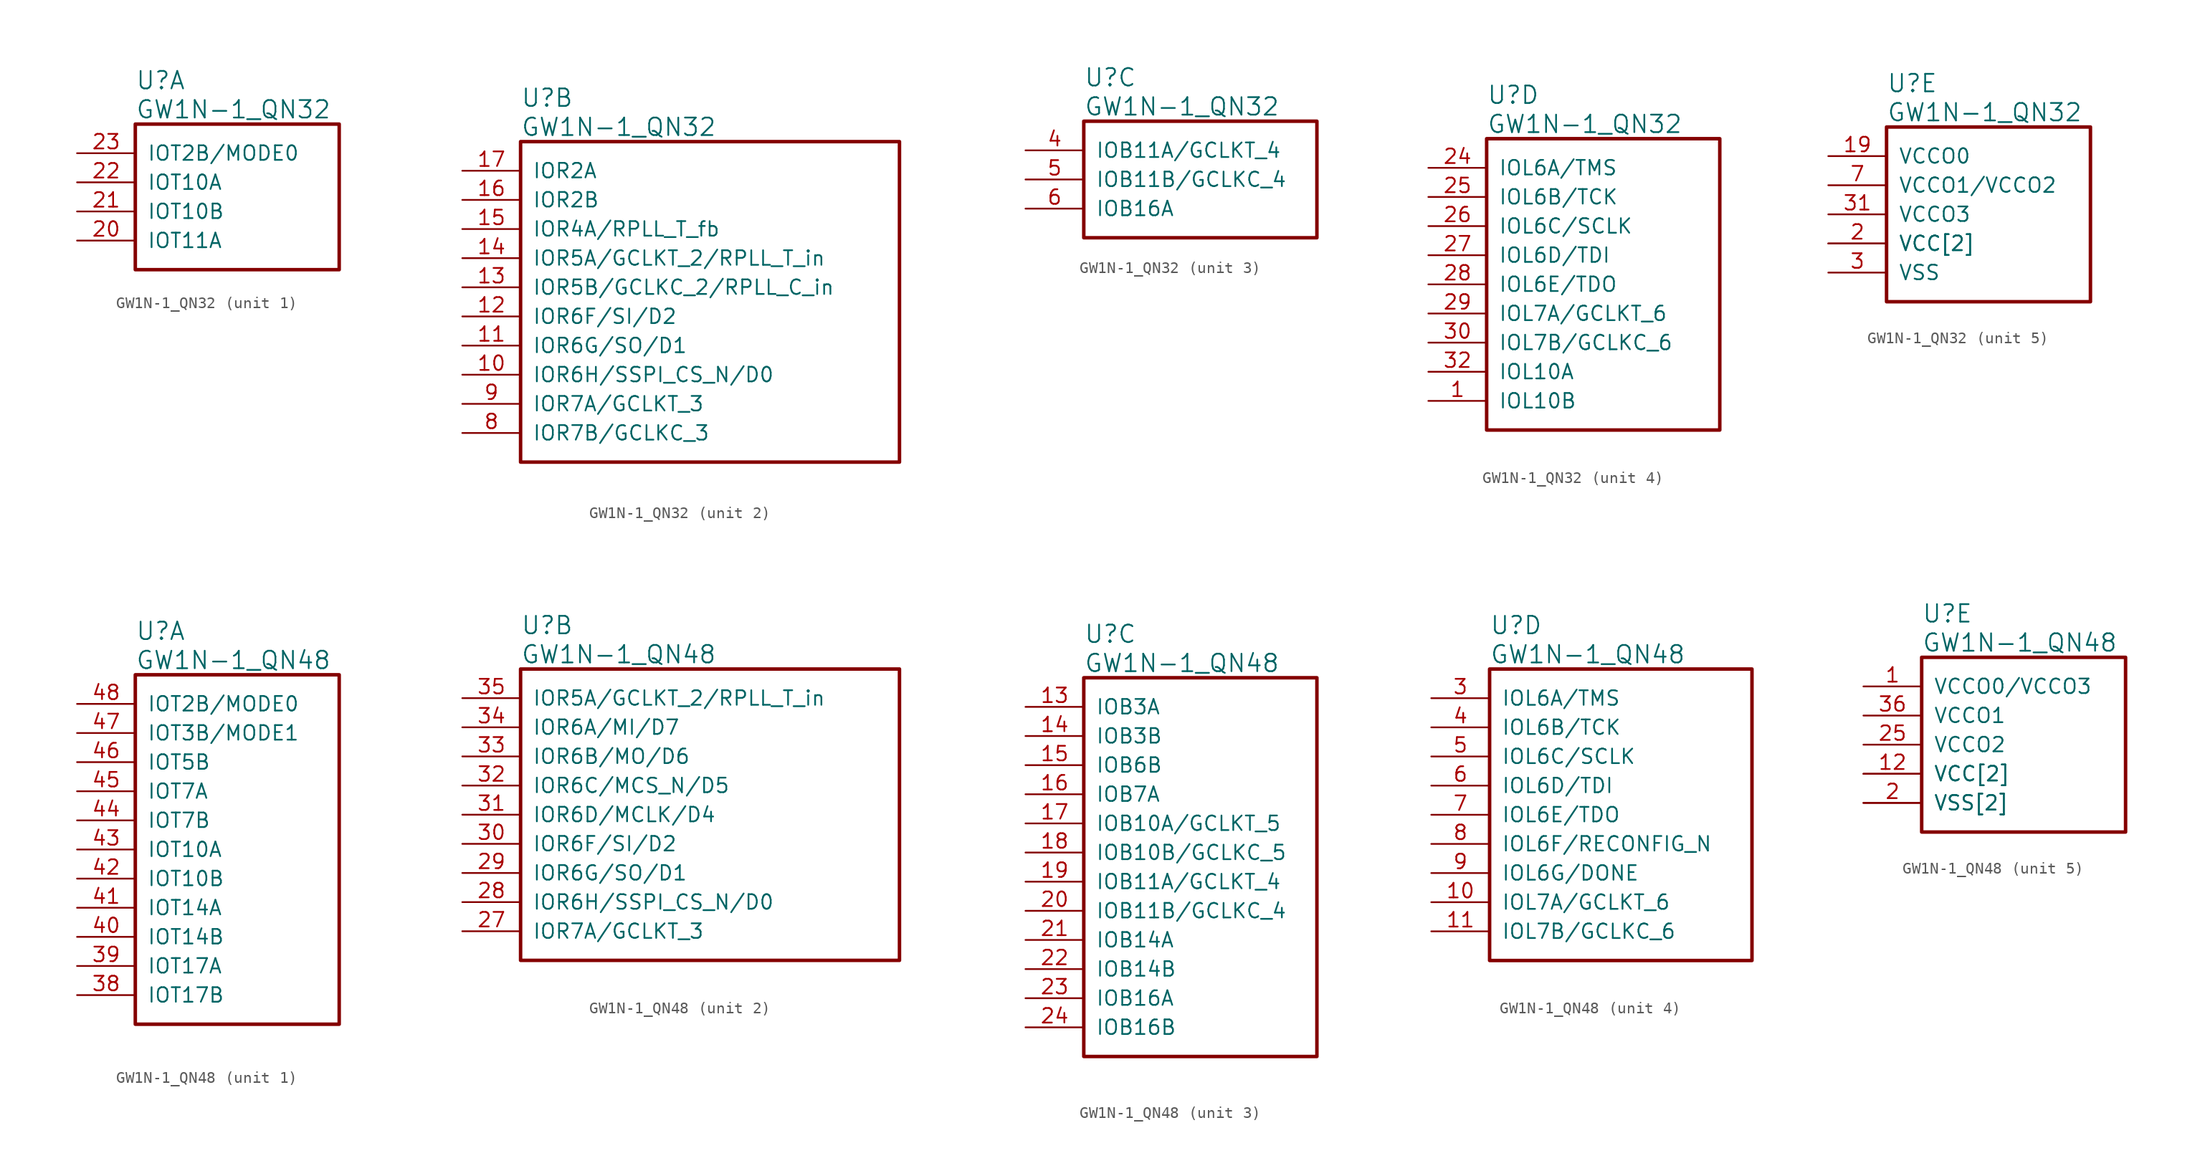
<source format=kicad_sym>
(kicad_symbol_lib
  (version 20220914)
  (generator kicad_symbol_editor)
  (symbol "GW1N-1_QN32"
    (pin_names
      (offset 1.016))
    (property "Reference" "U"
      (at 5.08 6.35 0)
      (effects (font (size 1.524 1.524)) (justify left)))
    (property "Value" "GW1N-1_QN32"
      (at 5.08 3.81 0)
      (effects (font (size 1.524 1.524)) (justify left)))
    (property "ki_locked" ""
      (at 0 0 0)
      (effects (font (size 1.27 1.27))))
    (symbol "GW1N-1_QN32_1_1"
      (rectangle (start 5.08 2.54) (end 22.86 -10.16) (stroke (width 0.305) (type solid)) (fill (type none)))
      (pin bidirectional line (at 0 -7.62 0) (length 5.08) (name "IOT11A" (effects (font (size 1.27 1.27)))) (number "20" (effects (font (size 1.27 1.27)))))
      (pin bidirectional line (at 0 -5.08 0) (length 5.08) (name "IOT10B" (effects (font (size 1.27 1.27)))) (number "21" (effects (font (size 1.27 1.27)))))
      (pin bidirectional line (at 0 -2.54 0) (length 5.08) (name "IOT10A" (effects (font (size 1.27 1.27)))) (number "22" (effects (font (size 1.27 1.27)))))
      (pin bidirectional line (at 0 0 0) (length 5.08) (name "IOT2B/MODE0" (effects (font (size 1.27 1.27)))) (number "23" (effects (font (size 1.27 1.27))))))
    (symbol "GW1N-1_QN32_2_1"
      (rectangle (start 5.08 2.54) (end 38.1 -25.4) (stroke (width 0.305) (type solid)) (fill (type none)))
      (pin bidirectional line (at 0 -17.78 0) (length 5.08) (name "IOR6H/SSPI_CS_N/D0" (effects (font (size 1.27 1.27)))) (number "10" (effects (font (size 1.27 1.27)))))
      (pin bidirectional line (at 0 -15.24 0) (length 5.08) (name "IOR6G/SO/D1" (effects (font (size 1.27 1.27)))) (number "11" (effects (font (size 1.27 1.27)))))
      (pin bidirectional line (at 0 -12.7 0) (length 5.08) (name "IOR6F/SI/D2" (effects (font (size 1.27 1.27)))) (number "12" (effects (font (size 1.27 1.27)))))
      (pin bidirectional line (at 0 -10.16 0) (length 5.08) (name "IOR5B/GCLKC_2/RPLL_C_in" (effects (font (size 1.27 1.27)))) (number "13" (effects (font (size 1.27 1.27)))))
      (pin bidirectional line (at 0 -7.62 0) (length 5.08) (name "IOR5A/GCLKT_2/RPLL_T_in" (effects (font (size 1.27 1.27)))) (number "14" (effects (font (size 1.27 1.27)))))
      (pin bidirectional line (at 0 -5.08 0) (length 5.08) (name "IOR4A/RPLL_T_fb" (effects (font (size 1.27 1.27)))) (number "15" (effects (font (size 1.27 1.27)))))
      (pin bidirectional line (at 0 -2.54 0) (length 5.08) (name "IOR2B" (effects (font (size 1.27 1.27)))) (number "16" (effects (font (size 1.27 1.27)))))
      (pin bidirectional line (at 0 0 0) (length 5.08) (name "IOR2A" (effects (font (size 1.27 1.27)))) (number "17" (effects (font (size 1.27 1.27)))))
      (pin bidirectional line (at 0 -22.86 0) (length 5.08) (name "IOR7B/GCLKC_3" (effects (font (size 1.27 1.27)))) (number "8" (effects (font (size 1.27 1.27)))))
      (pin bidirectional line (at 0 -20.32 0) (length 5.08) (name "IOR7A/GCLKT_3" (effects (font (size 1.27 1.27)))) (number "9" (effects (font (size 1.27 1.27))))))
    (symbol "GW1N-1_QN32_3_1"
      (rectangle (start 5.08 2.54) (end 25.4 -7.62) (stroke (width 0.305) (type solid)) (fill (type none)))
      (pin bidirectional line (at 0 0 0) (length 5.08) (name "IOB11A/GCLKT_4" (effects (font (size 1.27 1.27)))) (number "4" (effects (font (size 1.27 1.27)))))
      (pin bidirectional line (at 0 -2.54 0) (length 5.08) (name "IOB11B/GCLKC_4" (effects (font (size 1.27 1.27)))) (number "5" (effects (font (size 1.27 1.27)))))
      (pin bidirectional line (at 0 -5.08 0) (length 5.08) (name "IOB16A" (effects (font (size 1.27 1.27)))) (number "6" (effects (font (size 1.27 1.27))))))
    (symbol "GW1N-1_QN32_4_1"
      (rectangle (start 5.08 2.54) (end 25.4 -22.86) (stroke (width 0.305) (type solid)) (fill (type none)))
      (pin bidirectional line (at 0 -20.32 0) (length 5.08) (name "IOL10B" (effects (font (size 1.27 1.27)))) (number "1" (effects (font (size 1.27 1.27)))))
      (pin bidirectional line (at 0 0 0) (length 5.08) (name "IOL6A/TMS" (effects (font (size 1.27 1.27)))) (number "24" (effects (font (size 1.27 1.27)))))
      (pin bidirectional line (at 0 -2.54 0) (length 5.08) (name "IOL6B/TCK" (effects (font (size 1.27 1.27)))) (number "25" (effects (font (size 1.27 1.27)))))
      (pin bidirectional line (at 0 -5.08 0) (length 5.08) (name "IOL6C/SCLK" (effects (font (size 1.27 1.27)))) (number "26" (effects (font (size 1.27 1.27)))))
      (pin bidirectional line (at 0 -7.62 0) (length 5.08) (name "IOL6D/TDI" (effects (font (size 1.27 1.27)))) (number "27" (effects (font (size 1.27 1.27)))))
      (pin bidirectional line (at 0 -10.16 0) (length 5.08) (name "IOL6E/TDO" (effects (font (size 1.27 1.27)))) (number "28" (effects (font (size 1.27 1.27)))))
      (pin bidirectional line (at 0 -12.7 0) (length 5.08) (name "IOL7A/GCLKT_6" (effects (font (size 1.27 1.27)))) (number "29" (effects (font (size 1.27 1.27)))))
      (pin bidirectional line (at 0 -15.24 0) (length 5.08) (name "IOL7B/GCLKC_6" (effects (font (size 1.27 1.27)))) (number "30" (effects (font (size 1.27 1.27)))))
      (pin bidirectional line (at 0 -17.78 0) (length 5.08) (name "IOL10A" (effects (font (size 1.27 1.27)))) (number "32" (effects (font (size 1.27 1.27))))))
    (symbol "GW1N-1_QN32_5_1"
      (rectangle (start 5.08 2.54) (end 22.86 -12.7) (stroke (width 0.305) (type solid)) (fill (type none)))
      (pin power_in line (at 0 -7.62 0) (length 5.08) (name "VCC[2]" (effects (font (size 1.27 1.27)))) (number "18" (effects (font (size 0 0)))))
      (pin power_in line (at 0 0 0) (length 5.08) (name "VCCO0" (effects (font (size 1.27 1.27)))) (number "19" (effects (font (size 1.27 1.27)))))
      (pin power_in line (at 0 -7.62 0) (length 5.08) (name "VCC[2]" (effects (font (size 1.27 1.27)))) (number "2" (effects (font (size 1.27 1.27)))))
      (pin power_in line (at 0 -10.16 0) (length 5.08) (name "VSS" (effects (font (size 1.27 1.27)))) (number "3" (effects (font (size 1.27 1.27)))))
      (pin power_in line (at 0 -5.08 0) (length 5.08) (name "VCCO3" (effects (font (size 1.27 1.27)))) (number "31" (effects (font (size 1.27 1.27)))))
      (pin power_in line (at 0 -2.54 0) (length 5.08) (name "VCCO1/VCCO2" (effects (font (size 1.27 1.27)))) (number "7" (effects (font (size 1.27 1.27)))))))
  (symbol "GW1N-1_QN48"
    (pin_names
      (offset 1.016))
    (property "Reference" "U"
      (at 5.08 6.35 0)
      (effects (font (size 1.524 1.524)) (justify left)))
    (property "Value" "GW1N-1_QN48"
      (at 5.08 3.81 0)
      (effects (font (size 1.524 1.524)) (justify left)))
    (property "ki_locked" ""
      (at 0 0 0)
      (effects (font (size 1.27 1.27))))
    (symbol "GW1N-1_QN48_1_1"
      (rectangle (start 5.08 2.54) (end 22.86 -27.94) (stroke (width 0.305) (type solid)) (fill (type none)))
      (pin bidirectional line (at 0 -25.4 0) (length 5.08) (name "IOT17B" (effects (font (size 1.27 1.27)))) (number "38" (effects (font (size 1.27 1.27)))))
      (pin bidirectional line (at 0 -22.86 0) (length 5.08) (name "IOT17A" (effects (font (size 1.27 1.27)))) (number "39" (effects (font (size 1.27 1.27)))))
      (pin bidirectional line (at 0 -20.32 0) (length 5.08) (name "IOT14B" (effects (font (size 1.27 1.27)))) (number "40" (effects (font (size 1.27 1.27)))))
      (pin bidirectional line (at 0 -17.78 0) (length 5.08) (name "IOT14A" (effects (font (size 1.27 1.27)))) (number "41" (effects (font (size 1.27 1.27)))))
      (pin bidirectional line (at 0 -15.24 0) (length 5.08) (name "IOT10B" (effects (font (size 1.27 1.27)))) (number "42" (effects (font (size 1.27 1.27)))))
      (pin bidirectional line (at 0 -12.7 0) (length 5.08) (name "IOT10A" (effects (font (size 1.27 1.27)))) (number "43" (effects (font (size 1.27 1.27)))))
      (pin bidirectional line (at 0 -10.16 0) (length 5.08) (name "IOT7B" (effects (font (size 1.27 1.27)))) (number "44" (effects (font (size 1.27 1.27)))))
      (pin bidirectional line (at 0 -7.62 0) (length 5.08) (name "IOT7A" (effects (font (size 1.27 1.27)))) (number "45" (effects (font (size 1.27 1.27)))))
      (pin bidirectional line (at 0 -5.08 0) (length 5.08) (name "IOT5B" (effects (font (size 1.27 1.27)))) (number "46" (effects (font (size 1.27 1.27)))))
      (pin bidirectional line (at 0 -2.54 0) (length 5.08) (name "IOT3B/MODE1" (effects (font (size 1.27 1.27)))) (number "47" (effects (font (size 1.27 1.27)))))
      (pin bidirectional line (at 0 0 0) (length 5.08) (name "IOT2B/MODE0" (effects (font (size 1.27 1.27)))) (number "48" (effects (font (size 1.27 1.27))))))
    (symbol "GW1N-1_QN48_2_1"
      (rectangle (start 5.08 2.54) (end 38.1 -22.86) (stroke (width 0.305) (type solid)) (fill (type none)))
      (pin bidirectional line (at 0 -20.32 0) (length 5.08) (name "IOR7A/GCLKT_3" (effects (font (size 1.27 1.27)))) (number "27" (effects (font (size 1.27 1.27)))))
      (pin bidirectional line (at 0 -17.78 0) (length 5.08) (name "IOR6H/SSPI_CS_N/D0" (effects (font (size 1.27 1.27)))) (number "28" (effects (font (size 1.27 1.27)))))
      (pin bidirectional line (at 0 -15.24 0) (length 5.08) (name "IOR6G/SO/D1" (effects (font (size 1.27 1.27)))) (number "29" (effects (font (size 1.27 1.27)))))
      (pin bidirectional line (at 0 -12.7 0) (length 5.08) (name "IOR6F/SI/D2" (effects (font (size 1.27 1.27)))) (number "30" (effects (font (size 1.27 1.27)))))
      (pin bidirectional line (at 0 -10.16 0) (length 5.08) (name "IOR6D/MCLK/D4" (effects (font (size 1.27 1.27)))) (number "31" (effects (font (size 1.27 1.27)))))
      (pin bidirectional line (at 0 -7.62 0) (length 5.08) (name "IOR6C/MCS_N/D5" (effects (font (size 1.27 1.27)))) (number "32" (effects (font (size 1.27 1.27)))))
      (pin bidirectional line (at 0 -5.08 0) (length 5.08) (name "IOR6B/MO/D6" (effects (font (size 1.27 1.27)))) (number "33" (effects (font (size 1.27 1.27)))))
      (pin bidirectional line (at 0 -2.54 0) (length 5.08) (name "IOR6A/MI/D7" (effects (font (size 1.27 1.27)))) (number "34" (effects (font (size 1.27 1.27)))))
      (pin bidirectional line (at 0 0 0) (length 5.08) (name "IOR5A/GCLKT_2/RPLL_T_in" (effects (font (size 1.27 1.27)))) (number "35" (effects (font (size 1.27 1.27))))))
    (symbol "GW1N-1_QN48_3_1"
      (rectangle (start 5.08 2.54) (end 25.4 -30.48) (stroke (width 0.305) (type solid)) (fill (type none)))
      (pin bidirectional line (at 0 0 0) (length 5.08) (name "IOB3A" (effects (font (size 1.27 1.27)))) (number "13" (effects (font (size 1.27 1.27)))))
      (pin bidirectional line (at 0 -2.54 0) (length 5.08) (name "IOB3B" (effects (font (size 1.27 1.27)))) (number "14" (effects (font (size 1.27 1.27)))))
      (pin bidirectional line (at 0 -5.08 0) (length 5.08) (name "IOB6B" (effects (font (size 1.27 1.27)))) (number "15" (effects (font (size 1.27 1.27)))))
      (pin bidirectional line (at 0 -7.62 0) (length 5.08) (name "IOB7A" (effects (font (size 1.27 1.27)))) (number "16" (effects (font (size 1.27 1.27)))))
      (pin bidirectional line (at 0 -10.16 0) (length 5.08) (name "IOB10A/GCLKT_5" (effects (font (size 1.27 1.27)))) (number "17" (effects (font (size 1.27 1.27)))))
      (pin bidirectional line (at 0 -12.7 0) (length 5.08) (name "IOB10B/GCLKC_5" (effects (font (size 1.27 1.27)))) (number "18" (effects (font (size 1.27 1.27)))))
      (pin bidirectional line (at 0 -15.24 0) (length 5.08) (name "IOB11A/GCLKT_4" (effects (font (size 1.27 1.27)))) (number "19" (effects (font (size 1.27 1.27)))))
      (pin bidirectional line (at 0 -17.78 0) (length 5.08) (name "IOB11B/GCLKC_4" (effects (font (size 1.27 1.27)))) (number "20" (effects (font (size 1.27 1.27)))))
      (pin bidirectional line (at 0 -20.32 0) (length 5.08) (name "IOB14A" (effects (font (size 1.27 1.27)))) (number "21" (effects (font (size 1.27 1.27)))))
      (pin bidirectional line (at 0 -22.86 0) (length 5.08) (name "IOB14B" (effects (font (size 1.27 1.27)))) (number "22" (effects (font (size 1.27 1.27)))))
      (pin bidirectional line (at 0 -25.4 0) (length 5.08) (name "IOB16A" (effects (font (size 1.27 1.27)))) (number "23" (effects (font (size 1.27 1.27)))))
      (pin bidirectional line (at 0 -27.94 0) (length 5.08) (name "IOB16B" (effects (font (size 1.27 1.27)))) (number "24" (effects (font (size 1.27 1.27))))))
    (symbol "GW1N-1_QN48_4_1"
      (rectangle (start 5.08 2.54) (end 27.94 -22.86) (stroke (width 0.305) (type solid)) (fill (type none)))
      (pin bidirectional line (at 0 -17.78 0) (length 5.08) (name "IOL7A/GCLKT_6" (effects (font (size 1.27 1.27)))) (number "10" (effects (font (size 1.27 1.27)))))
      (pin bidirectional line (at 0 -20.32 0) (length 5.08) (name "IOL7B/GCLKC_6" (effects (font (size 1.27 1.27)))) (number "11" (effects (font (size 1.27 1.27)))))
      (pin bidirectional line (at 0 0 0) (length 5.08) (name "IOL6A/TMS" (effects (font (size 1.27 1.27)))) (number "3" (effects (font (size 1.27 1.27)))))
      (pin bidirectional line (at 0 -2.54 0) (length 5.08) (name "IOL6B/TCK" (effects (font (size 1.27 1.27)))) (number "4" (effects (font (size 1.27 1.27)))))
      (pin bidirectional line (at 0 -5.08 0) (length 5.08) (name "IOL6C/SCLK" (effects (font (size 1.27 1.27)))) (number "5" (effects (font (size 1.27 1.27)))))
      (pin bidirectional line (at 0 -7.62 0) (length 5.08) (name "IOL6D/TDI" (effects (font (size 1.27 1.27)))) (number "6" (effects (font (size 1.27 1.27)))))
      (pin bidirectional line (at 0 -10.16 0) (length 5.08) (name "IOL6E/TDO" (effects (font (size 1.27 1.27)))) (number "7" (effects (font (size 1.27 1.27)))))
      (pin bidirectional line (at 0 -12.7 0) (length 5.08) (name "IOL6F/RECONFIG_N" (effects (font (size 1.27 1.27)))) (number "8" (effects (font (size 1.27 1.27)))))
      (pin bidirectional line (at 0 -15.24 0) (length 5.08) (name "IOL6G/DONE" (effects (font (size 1.27 1.27)))) (number "9" (effects (font (size 1.27 1.27))))))
    (symbol "GW1N-1_QN48_5_1"
      (rectangle (start 5.08 2.54) (end 22.86 -12.7) (stroke (width 0.305) (type solid)) (fill (type none)))
      (pin power_in line (at 0 0 0) (length 5.08) (name "VCCO0/VCCO3" (effects (font (size 1.27 1.27)))) (number "1" (effects (font (size 1.27 1.27)))))
      (pin power_in line (at 0 -7.62 0) (length 5.08) (name "VCC[2]" (effects (font (size 1.27 1.27)))) (number "12" (effects (font (size 1.27 1.27)))))
      (pin power_in line (at 0 -10.16 0) (length 5.08) (name "VSS[2]" (effects (font (size 1.27 1.27)))) (number "2" (effects (font (size 1.27 1.27)))))
      (pin power_in line (at 0 -5.08 0) (length 5.08) (name "VCCO2" (effects (font (size 1.27 1.27)))) (number "25" (effects (font (size 1.27 1.27)))))
      (pin power_in line (at 0 -10.16 0) (length 5.08) (name "VSS[2]" (effects (font (size 1.27 1.27)))) (number "26" (effects (font (size 0 0)))))
      (pin power_in line (at 0 -2.54 0) (length 5.08) (name "VCCO1" (effects (font (size 1.27 1.27)))) (number "36" (effects (font (size 1.27 1.27)))))
      (pin power_in line (at 0 -7.62 0) (length 5.08) (name "VCC[2]" (effects (font (size 1.27 1.27)))) (number "37" (effects (font (size 0 0))))))))
</source>
